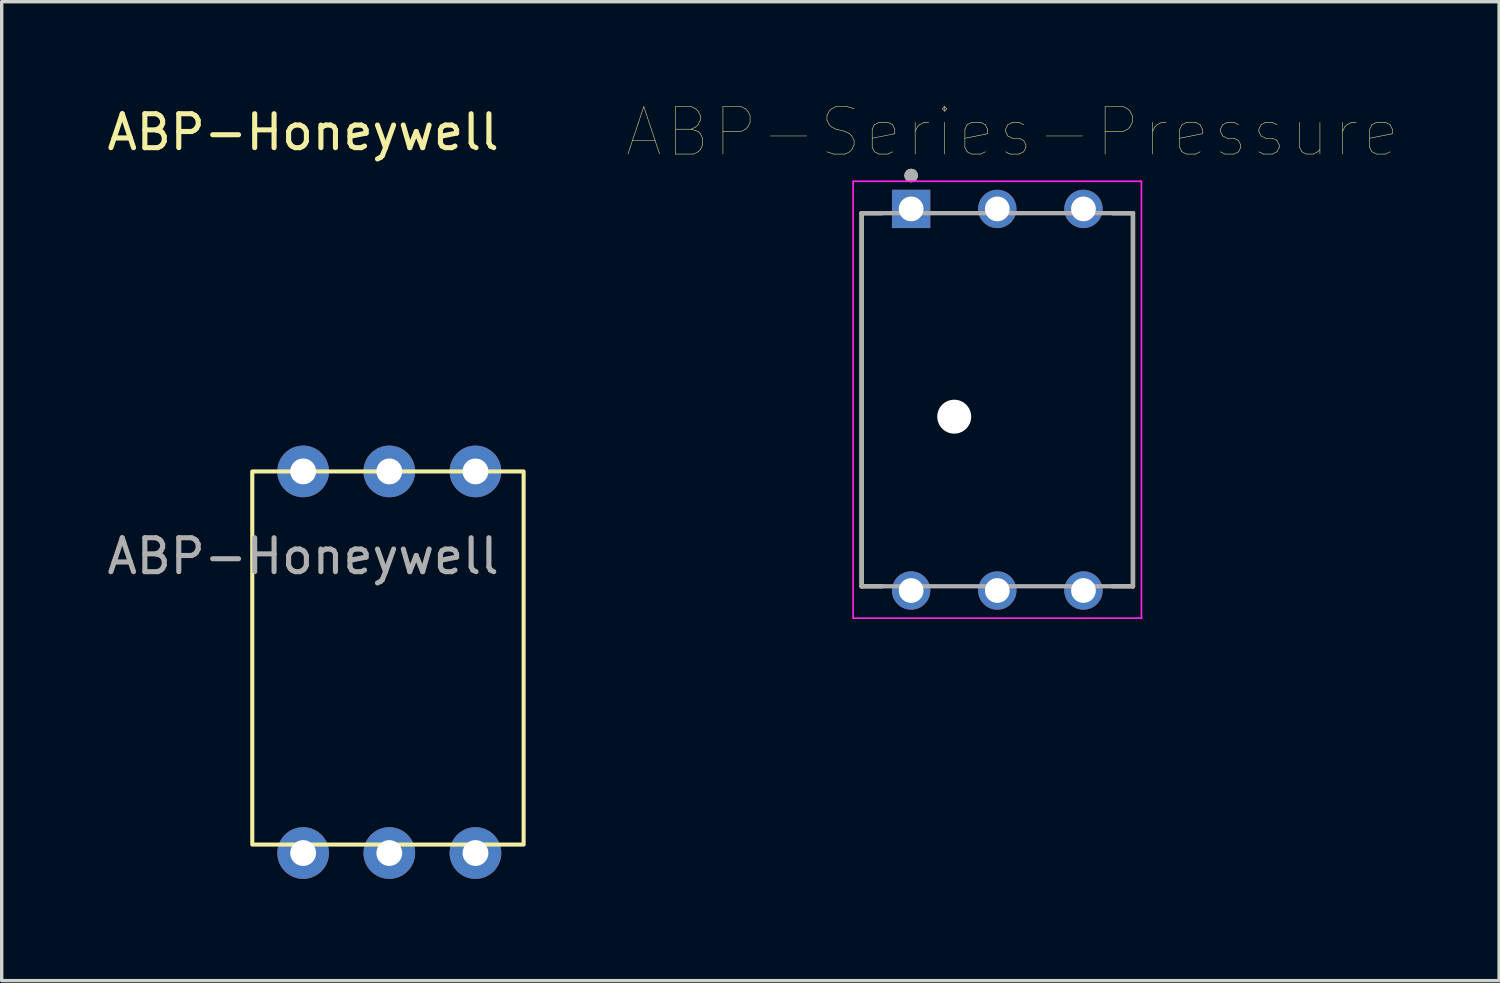
<source format=kicad_pcb>
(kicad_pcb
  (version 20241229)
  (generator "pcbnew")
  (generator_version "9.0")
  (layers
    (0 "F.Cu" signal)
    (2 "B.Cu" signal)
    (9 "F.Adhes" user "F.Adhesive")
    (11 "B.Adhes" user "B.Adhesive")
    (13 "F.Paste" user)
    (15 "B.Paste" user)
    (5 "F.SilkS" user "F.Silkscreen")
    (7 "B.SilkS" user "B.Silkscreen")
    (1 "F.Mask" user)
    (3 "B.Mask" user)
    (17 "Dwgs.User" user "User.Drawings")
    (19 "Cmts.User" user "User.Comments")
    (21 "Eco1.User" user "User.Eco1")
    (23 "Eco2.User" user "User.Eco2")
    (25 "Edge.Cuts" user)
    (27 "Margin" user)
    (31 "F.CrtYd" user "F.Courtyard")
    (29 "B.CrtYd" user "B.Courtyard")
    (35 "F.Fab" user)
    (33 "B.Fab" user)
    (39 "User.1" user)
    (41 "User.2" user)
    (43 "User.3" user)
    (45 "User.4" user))
  (footprint "ABP-Series-Pressure"
    (layer "F.Cu")
    (at 26.351 8.734)
    (property "Reference" "ABP-Series-Pressure" (at 0.445 -7.889 0) (layer "F.SilkS") (effects (font (size 1.4 1.4) (thickness 0.015))))
    (fp_line (start -4 -5.5) (end -4 5.5) (stroke (width 0.127) (type solid)) (layer "F.SilkS"))
    (fp_line (start -4 5.5) (end -3.395 5.5) (stroke (width 0.127) (type solid)) (layer "F.SilkS"))
    (fp_line (start -3.395 -5.5) (end -4 -5.5) (stroke (width 0.127) (type solid)) (layer "F.SilkS"))
    (fp_line (start 3.395 5.5) (end 4 5.5) (stroke (width 0.127) (type solid)) (layer "F.SilkS"))
    (fp_line (start 4 -5.5) (end 3.395 -5.5) (stroke (width 0.127) (type solid)) (layer "F.SilkS"))
    (fp_line (start 4 5.5) (end 4 -5.5) (stroke (width 0.127) (type solid)) (layer "F.SilkS"))
    (fp_circle (center -2.54 -6.61) (end -2.44 -6.61) (stroke (width 0.2) (type solid)) (fill no) (layer "F.SilkS"))
    (fp_line (start -4.25 -6.44) (end -4.25 6.44) (stroke (width 0.05) (type solid)) (layer "F.CrtYd"))
    (fp_line (start -4.25 6.44) (end 4.25 6.44) (stroke (width 0.05) (type solid)) (layer "F.CrtYd"))
    (fp_line (start 4.25 -6.44) (end -4.25 -6.44) (stroke (width 0.05) (type solid)) (layer "F.CrtYd"))
    (fp_line (start 4.25 6.44) (end 4.25 -6.44) (stroke (width 0.05) (type solid)) (layer "F.CrtYd"))
    (fp_line (start -4 -5.5) (end -4 5.5) (stroke (width 0.127) (type solid)) (layer "F.Fab"))
    (fp_line (start -4 5.5) (end 4 5.5) (stroke (width 0.127) (type solid)) (layer "F.Fab"))
    (fp_line (start 4 -5.5) (end -4 -5.5) (stroke (width 0.127) (type solid)) (layer "F.Fab"))
    (fp_line (start 4 5.5) (end 4 -5.5) (stroke (width 0.127) (type solid)) (layer "F.Fab"))
    (fp_circle (center -2.54 -6.61) (end -2.44 -6.61) (stroke (width 0.2) (type solid)) (fill no) (layer "F.Fab"))
    (pad "" np_thru_hole circle (at -1.27 0.5) (size 1 1) (drill 1) (layers "*.Cu" "*.Mask"))
    (pad "1" thru_hole rect (at -2.54 -5.625) (size 1.13 1.13) (drill 0.73) (layers "*.Cu" "*.Mask"))
    (pad "2" thru_hole circle (at 0 -5.625) (size 1.13 1.13) (drill 0.73) (layers "*.Cu" "*.Mask"))
    (pad "3" thru_hole circle (at 2.54 -5.625) (size 1.13 1.13) (drill 0.73) (layers "*.Cu" "*.Mask"))
    (pad "4" thru_hole circle (at 2.54 5.625) (size 1.13 1.13) (drill 0.73) (layers "*.Cu" "*.Mask"))
    (pad "5" thru_hole circle (at 0 5.625) (size 1.13 1.13) (drill 0.73) (layers "*.Cu" "*.Mask"))
    (pad "6" thru_hole circle (at -2.54 5.625) (size 1.13 1.13) (drill 0.73) (layers "*.Cu" "*.Mask")))
  (footprint "ABP-Honeywell"
    (layer "F.Cu")
    (at 5.887 10.848)
    (property "Reference" "ABP-Honeywell" (at 0 -10 0) (unlocked yes) (layer "F.SilkS") (effects (font (size 1 1) (thickness 0.15))))
    (fp_rect (start -1.5 0) (end 6.5 11) (stroke (width 0.12) (type solid)) (fill no) (layer "F.SilkS"))
    (fp_text user "${REFERENCE}" (at 0 2.5 0) (unlocked yes) (layer "F.Fab") (effects (font (size 1 1) (thickness 0.15))))
    (pad "1" thru_hole circle (at 0 0) (size 1.524 1.524) (drill 0.762) (layers "*.Cu" "*.Mask"))
    (pad "2" thru_hole circle (at 2.54 0) (size 1.524 1.524) (drill 0.762) (layers "*.Cu" "*.Mask"))
    (pad "3" thru_hole circle (at 5.08 0) (size 1.524 1.524) (drill 0.762) (layers "*.Cu" "*.Mask"))
    (pad "4" thru_hole circle (at 5.08 11.25) (size 1.524 1.524) (drill 0.762) (layers "*.Cu" "*.Mask"))
    (pad "5" thru_hole circle (at 2.54 11.25) (size 1.524 1.524) (drill 0.762) (layers "*.Cu" "*.Mask"))
    (pad "6" thru_hole circle (at 0 11.25) (size 1.524 1.524) (drill 0.762) (layers "*.Cu" "*.Mask")))
  (gr_rect
    (start -3 -3)
    (end 41.145 25.86)
    (stroke (width 0.1) (type default))
    (fill no)
    (layer "Edge.Cuts")))
</source>
